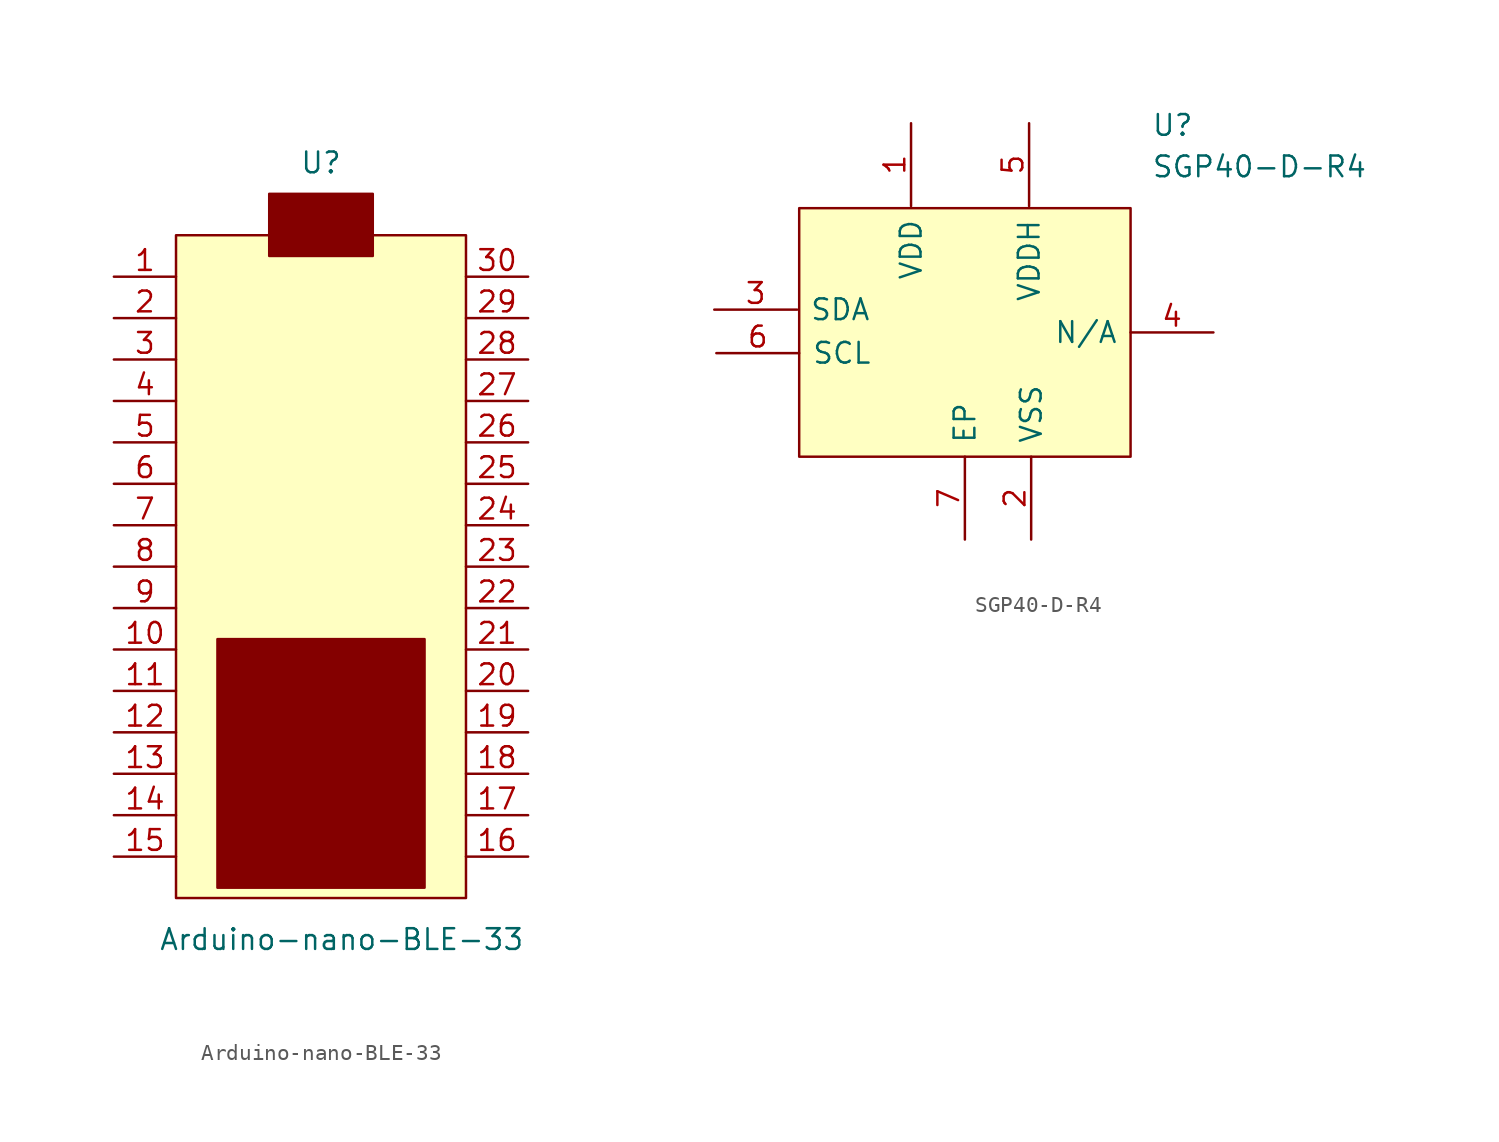
<source format=kicad_sym>
(kicad_symbol_lib
  (version 20211014)
  (generator kicad_symbol_editor)
  (symbol "Arduino-nano-BLE-33"
    (pin_names
      (offset 1.016) hide)
    (property "Reference" "U"
      (at 0 24.765 0)
      (effects (font (size 1.27 1.27))))
    (property "Value" "Arduino-nano-BLE-33"
      (at 1.27 -22.86 0)
      (effects (font (size 1.27 1.27))))
    (symbol "Arduino-nano-BLE-33_0_1"
      (rectangle (start -8.89 -20.32) (end 8.89 20.32) (stroke (width 0) (type default) (color 0 0 0 0)) (fill (type background)))
      (rectangle (start -3.175 22.86) (end 3.175 19.05) (stroke (width 0) (type default) (color 0 0 0 0)) (fill (type outline)))
      (rectangle (start 6.35 -19.685) (end -6.35 -4.445) (stroke (width 0) (type default) (color 0 0 0 0)) (fill (type outline))))
    (symbol "Arduino-nano-BLE-33_1_1"
      (pin passive line (at -12.7 17.78 0) (length 3.81) (name "1" (effects (font (size 1.27 1.27)))) (number "1" (effects (font (size 1.27 1.27)))))
      (pin passive line (at -12.7 -5.08 0) (length 3.81) (name "10" (effects (font (size 1.27 1.27)))) (number "10" (effects (font (size 1.27 1.27)))))
      (pin passive line (at -12.7 -7.62 0) (length 3.81) (name "11" (effects (font (size 1.27 1.27)))) (number "11" (effects (font (size 1.27 1.27)))))
      (pin passive line (at -12.7 -10.16 0) (length 3.81) (name "12" (effects (font (size 1.27 1.27)))) (number "12" (effects (font (size 1.27 1.27)))))
      (pin passive line (at -12.7 -12.7 0) (length 3.81) (name "13" (effects (font (size 1.27 1.27)))) (number "13" (effects (font (size 1.27 1.27)))))
      (pin passive line (at -12.7 -15.24 0) (length 3.81) (name "14" (effects (font (size 1.27 1.27)))) (number "14" (effects (font (size 1.27 1.27)))))
      (pin passive line (at -12.7 -17.78 0) (length 3.81) (name "15" (effects (font (size 1.27 1.27)))) (number "15" (effects (font (size 1.27 1.27)))))
      (pin passive line (at 12.7 -17.78 180) (length 3.81) (name "16" (effects (font (size 1.27 1.27)))) (number "16" (effects (font (size 1.27 1.27)))))
      (pin passive line (at 12.7 -15.24 180) (length 3.81) (name "17" (effects (font (size 1.27 1.27)))) (number "17" (effects (font (size 1.27 1.27)))))
      (pin passive line (at 12.7 -12.7 180) (length 3.81) (name "18" (effects (font (size 1.27 1.27)))) (number "18" (effects (font (size 1.27 1.27)))))
      (pin passive line (at 12.7 -10.16 180) (length 3.81) (name "19" (effects (font (size 1.27 1.27)))) (number "19" (effects (font (size 1.27 1.27)))))
      (pin passive line (at -12.7 15.24 0) (length 3.81) (name "2" (effects (font (size 1.27 1.27)))) (number "2" (effects (font (size 1.27 1.27)))))
      (pin passive line (at 12.7 -7.62 180) (length 3.81) (name "20" (effects (font (size 1.27 1.27)))) (number "20" (effects (font (size 1.27 1.27)))))
      (pin passive line (at 12.7 -5.08 180) (length 3.81) (name "21" (effects (font (size 1.27 1.27)))) (number "21" (effects (font (size 1.27 1.27)))))
      (pin passive line (at 12.7 -2.54 180) (length 3.81) (name "22" (effects (font (size 1.27 1.27)))) (number "22" (effects (font (size 1.27 1.27)))))
      (pin passive line (at 12.7 0 180) (length 3.81) (name "23" (effects (font (size 1.27 1.27)))) (number "23" (effects (font (size 1.27 1.27)))))
      (pin passive line (at 12.7 2.54 180) (length 3.81) (name "24" (effects (font (size 1.27 1.27)))) (number "24" (effects (font (size 1.27 1.27)))))
      (pin passive line (at 12.7 5.08 180) (length 3.81) (name "25" (effects (font (size 1.27 1.27)))) (number "25" (effects (font (size 1.27 1.27)))))
      (pin passive line (at 12.7 7.62 180) (length 3.81) (name "26" (effects (font (size 1.27 1.27)))) (number "26" (effects (font (size 1.27 1.27)))))
      (pin passive line (at 12.7 10.16 180) (length 3.81) (name "27" (effects (font (size 1.27 1.27)))) (number "27" (effects (font (size 1.27 1.27)))))
      (pin passive line (at 12.7 12.7 180) (length 3.81) (name "28" (effects (font (size 1.27 1.27)))) (number "28" (effects (font (size 1.27 1.27)))))
      (pin passive line (at 12.7 15.24 180) (length 3.81) (name "29" (effects (font (size 1.27 1.27)))) (number "29" (effects (font (size 1.27 1.27)))))
      (pin passive line (at -12.7 12.7 0) (length 3.81) (name "3" (effects (font (size 1.27 1.27)))) (number "3" (effects (font (size 1.27 1.27)))))
      (pin passive line (at 12.7 17.78 180) (length 3.81) (name "30" (effects (font (size 1.27 1.27)))) (number "30" (effects (font (size 1.27 1.27)))))
      (pin passive line (at -12.7 10.16 0) (length 3.81) (name "4" (effects (font (size 1.27 1.27)))) (number "4" (effects (font (size 1.27 1.27)))))
      (pin passive line (at -12.7 7.62 0) (length 3.81) (name "5" (effects (font (size 1.27 1.27)))) (number "5" (effects (font (size 1.27 1.27)))))
      (pin passive line (at -12.7 5.08 0) (length 3.81) (name "6" (effects (font (size 1.27 1.27)))) (number "6" (effects (font (size 1.27 1.27)))))
      (pin passive line (at -12.7 2.54 0) (length 3.81) (name "7" (effects (font (size 1.27 1.27)))) (number "7" (effects (font (size 1.27 1.27)))))
      (pin passive line (at -12.7 0 0) (length 3.81) (name "8" (effects (font (size 1.27 1.27)))) (number "8" (effects (font (size 1.27 1.27)))))
      (pin passive line (at -12.7 -2.54 0) (length 3.81) (name "9" (effects (font (size 1.27 1.27)))) (number "9" (effects (font (size 1.27 1.27)))))))
  (symbol "SGP40-D-R4"
    (pin_names
      (offset 0.762))
    (property "Reference" "U"
      (at 10.287 10.541 0)
      (effects (font (size 1.27 1.27)) (justify left)))
    (property "Value" "SGP40-D-R4"
      (at 10.287 8.001 0)
      (effects (font (size 1.27 1.27)) (justify left)))
    (symbol "SGP40-D-R4_0_0"
      (pin passive line (at -4.445 10.668 270) (length 5.08) (name "VDD" (effects (font (size 1.27 1.27)))) (number "1" (effects (font (size 1.27 1.27)))))
      (pin passive line (at 2.921 -14.859 90) (length 5.08) (name "VSS" (effects (font (size 1.27 1.27)))) (number "2" (effects (font (size 1.27 1.27)))))
      (pin passive line (at -16.51 -0.762 0) (length 5.08) (name "SDA" (effects (font (size 1.27 1.27)))) (number "3" (effects (font (size 1.27 1.27)))))
      (pin passive line (at 14.097 -2.159 180) (length 5.08) (name "N/A" (effects (font (size 1.27 1.27)))) (number "4" (effects (font (size 1.27 1.27)))))
      (pin passive line (at 2.794 10.668 270) (length 5.08) (name "VDDH" (effects (font (size 1.27 1.27)))) (number "5" (effects (font (size 1.27 1.27)))))
      (pin passive line (at -16.383 -3.429 0) (length 5.08) (name "SCL" (effects (font (size 1.27 1.27)))) (number "6" (effects (font (size 1.27 1.27)))))
      (pin passive line (at -1.143 -14.859 90) (length 5.08) (name "EP" (effects (font (size 1.27 1.27)))) (number "7" (effects (font (size 1.27 1.27))))))
    (symbol "SGP40-D-R4_0_1"
      (polyline (pts (xy -11.303 5.461) (xy 9.017 5.461) (xy 9.017 -9.779) (xy -11.303 -9.779) (xy -11.303 5.461)) (stroke (width 0.152) (type default) (color 0 0 0 0)) (fill (type background))))))
</source>
